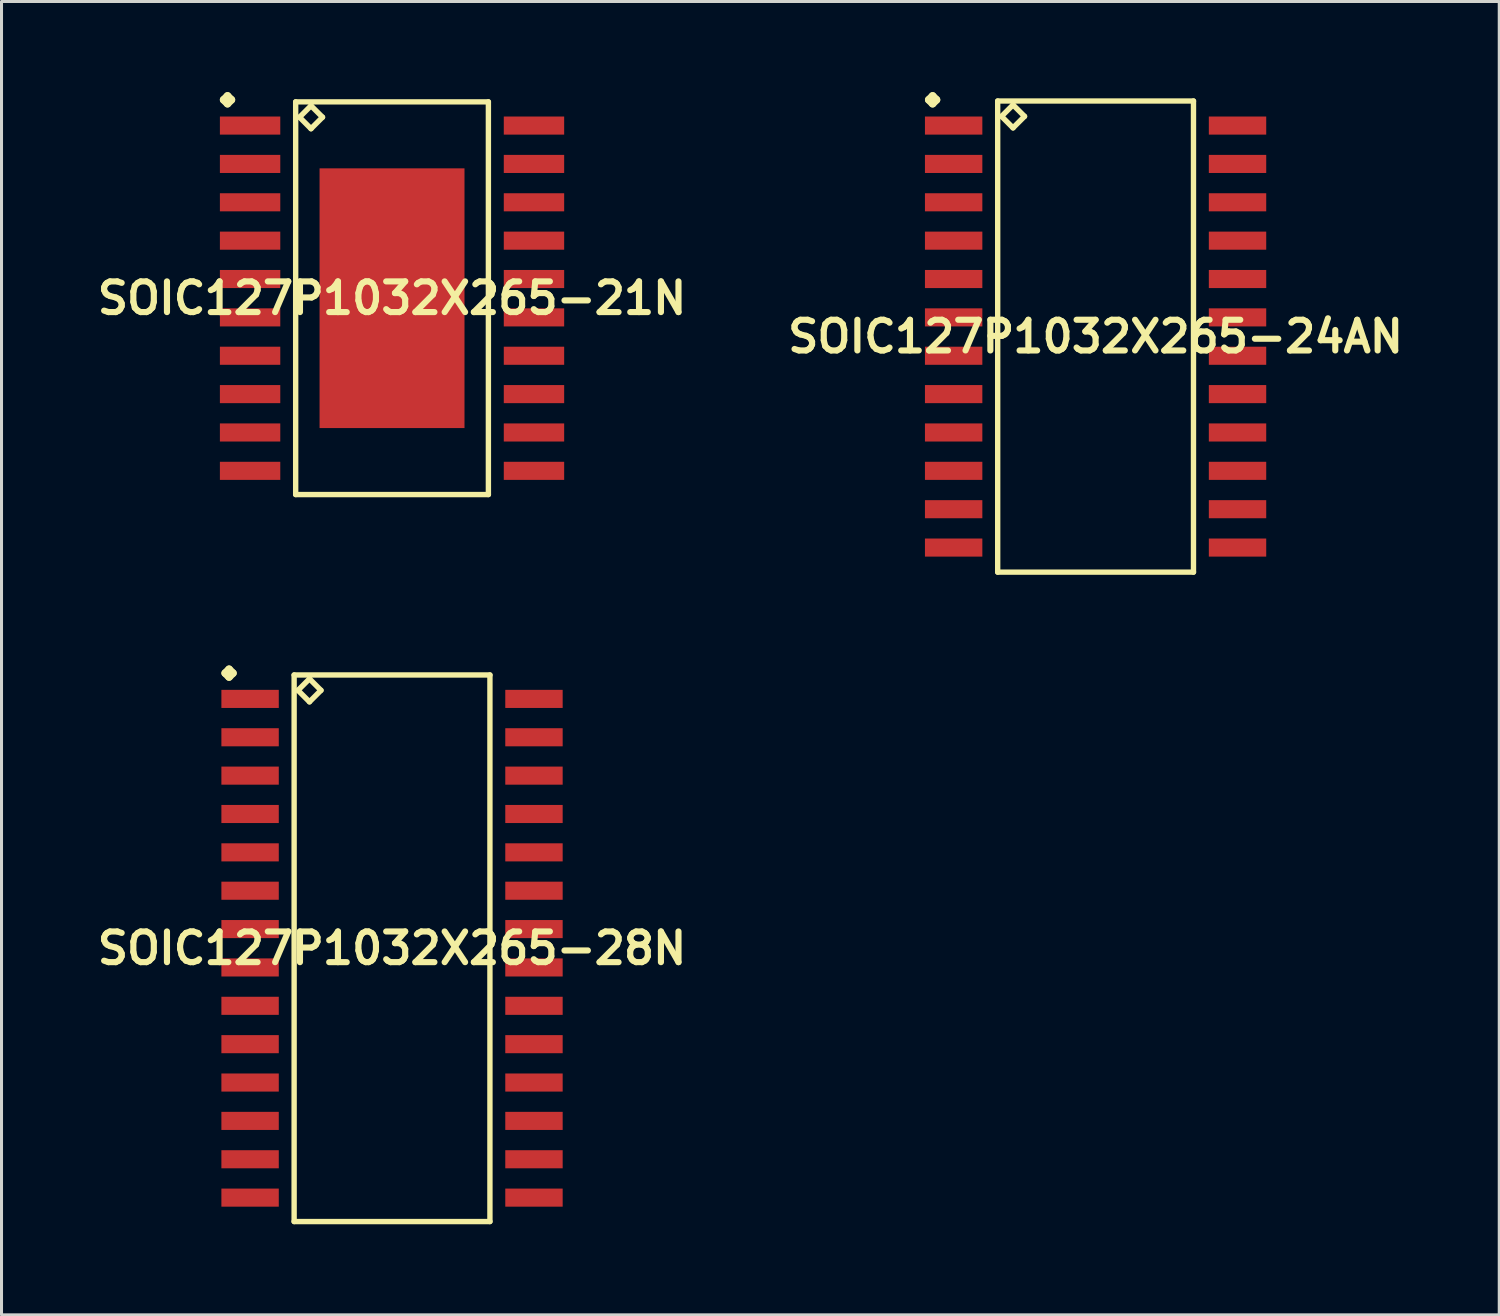
<source format=kicad_pcb>
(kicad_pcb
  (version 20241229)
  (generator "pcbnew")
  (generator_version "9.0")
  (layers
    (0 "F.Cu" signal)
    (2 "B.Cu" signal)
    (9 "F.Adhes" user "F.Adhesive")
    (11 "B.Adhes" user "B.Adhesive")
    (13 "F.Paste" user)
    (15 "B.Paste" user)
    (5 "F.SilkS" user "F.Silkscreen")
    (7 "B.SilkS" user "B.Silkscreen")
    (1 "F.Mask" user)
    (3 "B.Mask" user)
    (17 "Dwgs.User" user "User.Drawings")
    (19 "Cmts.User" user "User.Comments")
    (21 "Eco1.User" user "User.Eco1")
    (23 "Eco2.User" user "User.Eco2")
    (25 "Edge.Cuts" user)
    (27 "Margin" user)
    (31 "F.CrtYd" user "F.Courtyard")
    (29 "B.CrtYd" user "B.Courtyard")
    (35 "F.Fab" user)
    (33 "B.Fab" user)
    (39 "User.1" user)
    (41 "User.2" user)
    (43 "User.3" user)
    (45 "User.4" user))
  (footprint "SOIC127P1032X265-24AN"
    (layer "F.Cu")
    (at 33.219 8.092)
    (property "Reference" "SOIC127P1032X265-24AN" (at 0 0 0) (layer "F.SilkS") (effects (font (size 1.016 1.016) (thickness 0.203))))
    (attr smd)
    (fp_line (start -5.522 -7.838) (end -5.395 -7.965) (stroke (width 0.254) (type solid)) (layer "F.SilkS"))
    (fp_line (start -5.395 -7.965) (end -5.268 -7.838) (stroke (width 0.254) (type solid)) (layer "F.SilkS"))
    (fp_line (start -5.395 -7.711) (end -5.522 -7.838) (stroke (width 0.254) (type solid)) (layer "F.SilkS"))
    (fp_line (start -5.268 -7.838) (end -5.395 -7.711) (stroke (width 0.254) (type solid)) (layer "F.SilkS"))
    (fp_line (start -3.241 -7.798) (end -3.241 7.798) (stroke (width 0.178) (type solid)) (layer "F.SilkS"))
    (fp_line (start -3.241 7.798) (end 3.241 7.798) (stroke (width 0.178) (type solid)) (layer "F.SilkS"))
    (fp_line (start -3.114 -7.29) (end -2.733 -7.671) (stroke (width 0.178) (type solid)) (layer "F.SilkS"))
    (fp_line (start -2.733 -7.671) (end -2.352 -7.29) (stroke (width 0.178) (type solid)) (layer "F.SilkS"))
    (fp_line (start -2.733 -6.909) (end -3.114 -7.29) (stroke (width 0.178) (type solid)) (layer "F.SilkS"))
    (fp_line (start -2.352 -7.29) (end -2.733 -6.909) (stroke (width 0.178) (type solid)) (layer "F.SilkS"))
    (fp_line (start 3.241 -7.798) (end -3.241 -7.798) (stroke (width 0.178) (type solid)) (layer "F.SilkS"))
    (fp_line (start 3.241 7.798) (end 3.241 -7.798) (stroke (width 0.178) (type solid)) (layer "F.SilkS"))
    (pad "1" smd rect (at -4.699 -6.985) (size 1.9 0.599) (layers "F.Cu" "F.Mask" "F.Paste"))
    (pad "2" smd rect (at -4.699 -5.715) (size 1.9 0.599) (layers "F.Cu" "F.Mask" "F.Paste"))
    (pad "3" smd rect (at -4.699 -4.445) (size 1.9 0.599) (layers "F.Cu" "F.Mask" "F.Paste"))
    (pad "4" smd rect (at -4.699 -3.175) (size 1.9 0.599) (layers "F.Cu" "F.Mask" "F.Paste"))
    (pad "5" smd rect (at -4.699 -1.905) (size 1.9 0.599) (layers "F.Cu" "F.Mask" "F.Paste"))
    (pad "6" smd rect (at -4.699 -0.635) (size 1.9 0.599) (layers "F.Cu" "F.Mask" "F.Paste"))
    (pad "7" smd rect (at -4.699 0.635) (size 1.9 0.599) (layers "F.Cu" "F.Mask" "F.Paste"))
    (pad "8" smd rect (at -4.699 1.905) (size 1.9 0.599) (layers "F.Cu" "F.Mask" "F.Paste"))
    (pad "9" smd rect (at -4.699 3.175) (size 1.9 0.599) (layers "F.Cu" "F.Mask" "F.Paste"))
    (pad "10" smd rect (at -4.699 4.445) (size 1.9 0.599) (layers "F.Cu" "F.Mask" "F.Paste"))
    (pad "11" smd rect (at -4.699 5.715) (size 1.9 0.599) (layers "F.Cu" "F.Mask" "F.Paste"))
    (pad "12" smd rect (at -4.699 6.985) (size 1.9 0.599) (layers "F.Cu" "F.Mask" "F.Paste"))
    (pad "13" smd rect (at 4.699 6.985) (size 1.9 0.599) (layers "F.Cu" "F.Mask" "F.Paste"))
    (pad "14" smd rect (at 4.699 5.715) (size 1.9 0.599) (layers "F.Cu" "F.Mask" "F.Paste"))
    (pad "15" smd rect (at 4.699 4.445) (size 1.9 0.599) (layers "F.Cu" "F.Mask" "F.Paste"))
    (pad "16" smd rect (at 4.699 3.175) (size 1.9 0.599) (layers "F.Cu" "F.Mask" "F.Paste"))
    (pad "17" smd rect (at 4.699 1.905) (size 1.9 0.599) (layers "F.Cu" "F.Mask" "F.Paste"))
    (pad "18" smd rect (at 4.699 0.635) (size 1.9 0.599) (layers "F.Cu" "F.Mask" "F.Paste"))
    (pad "19" smd rect (at 4.699 -0.635) (size 1.9 0.599) (layers "F.Cu" "F.Mask" "F.Paste"))
    (pad "20" smd rect (at 4.699 -1.905) (size 1.9 0.599) (layers "F.Cu" "F.Mask" "F.Paste"))
    (pad "21" smd rect (at 4.699 -3.175) (size 1.9 0.599) (layers "F.Cu" "F.Mask" "F.Paste"))
    (pad "22" smd rect (at 4.699 -4.445) (size 1.9 0.599) (layers "F.Cu" "F.Mask" "F.Paste"))
    (pad "23" smd rect (at 4.699 -5.715) (size 1.9 0.599) (layers "F.Cu" "F.Mask" "F.Paste"))
    (pad "24" smd rect (at 4.699 -6.985) (size 1.9 0.599) (layers "F.Cu" "F.Mask" "F.Paste")))
  (footprint "SOIC127P1032X265-21N"
    (layer "F.Cu")
    (at 9.928 6.822)
    (property "Reference" "SOIC127P1032X265-21N" (at 0 0 0) (layer "F.SilkS") (effects (font (size 1.016 1.016) (thickness 0.203))))
    (attr smd)
    (fp_line (start -5.573 -6.568) (end -5.446 -6.695) (stroke (width 0.254) (type solid)) (layer "F.SilkS"))
    (fp_line (start -5.446 -6.695) (end -5.319 -6.568) (stroke (width 0.254) (type solid)) (layer "F.SilkS"))
    (fp_line (start -5.446 -6.441) (end -5.573 -6.568) (stroke (width 0.254) (type solid)) (layer "F.SilkS"))
    (fp_line (start -5.319 -6.568) (end -5.446 -6.441) (stroke (width 0.254) (type solid)) (layer "F.SilkS"))
    (fp_line (start -3.19 -6.5) (end -3.19 6.5) (stroke (width 0.178) (type solid)) (layer "F.SilkS"))
    (fp_line (start -3.19 6.5) (end 3.19 6.5) (stroke (width 0.178) (type solid)) (layer "F.SilkS"))
    (fp_line (start -3.063 -5.992) (end -2.682 -6.373) (stroke (width 0.178) (type solid)) (layer "F.SilkS"))
    (fp_line (start -2.682 -6.373) (end -2.301 -5.992) (stroke (width 0.178) (type solid)) (layer "F.SilkS"))
    (fp_line (start -2.682 -5.611) (end -3.063 -5.992) (stroke (width 0.178) (type solid)) (layer "F.SilkS"))
    (fp_line (start -2.301 -5.992) (end -2.682 -5.611) (stroke (width 0.178) (type solid)) (layer "F.SilkS"))
    (fp_line (start 3.19 -6.5) (end -3.19 -6.5) (stroke (width 0.178) (type solid)) (layer "F.SilkS"))
    (fp_line (start 3.19 6.5) (end 3.19 -6.5) (stroke (width 0.178) (type solid)) (layer "F.SilkS"))
    (pad "1" smd rect (at -4.699 -5.715) (size 1.999 0.599) (layers "F.Cu" "F.Mask" "F.Paste"))
    (pad "2" smd rect (at -4.699 -4.445) (size 1.999 0.599) (layers "F.Cu" "F.Mask" "F.Paste"))
    (pad "3" smd rect (at -4.699 -3.175) (size 1.999 0.599) (layers "F.Cu" "F.Mask" "F.Paste"))
    (pad "4" smd rect (at -4.699 -1.905) (size 1.999 0.599) (layers "F.Cu" "F.Mask" "F.Paste"))
    (pad "5" smd rect (at -4.699 -0.635) (size 1.999 0.599) (layers "F.Cu" "F.Mask" "F.Paste"))
    (pad "6" smd rect (at -4.699 0.635) (size 1.999 0.599) (layers "F.Cu" "F.Mask" "F.Paste"))
    (pad "7" smd rect (at -4.699 1.905) (size 1.999 0.599) (layers "F.Cu" "F.Mask" "F.Paste"))
    (pad "8" smd rect (at -4.699 3.175) (size 1.999 0.599) (layers "F.Cu" "F.Mask" "F.Paste"))
    (pad "9" smd rect (at -4.699 4.445) (size 1.999 0.599) (layers "F.Cu" "F.Mask" "F.Paste"))
    (pad "10" smd rect (at -4.699 5.715) (size 1.999 0.599) (layers "F.Cu" "F.Mask" "F.Paste"))
    (pad "11" smd rect (at 4.699 5.715) (size 1.999 0.599) (layers "F.Cu" "F.Mask" "F.Paste"))
    (pad "12" smd rect (at 4.699 4.445) (size 1.999 0.599) (layers "F.Cu" "F.Mask" "F.Paste"))
    (pad "13" smd rect (at 4.699 3.175) (size 1.999 0.599) (layers "F.Cu" "F.Mask" "F.Paste"))
    (pad "14" smd rect (at 4.699 1.905) (size 1.999 0.599) (layers "F.Cu" "F.Mask" "F.Paste"))
    (pad "15" smd rect (at 4.699 0.635) (size 1.999 0.599) (layers "F.Cu" "F.Mask" "F.Paste"))
    (pad "16" smd rect (at 4.699 -0.635) (size 1.999 0.599) (layers "F.Cu" "F.Mask" "F.Paste"))
    (pad "17" smd rect (at 4.699 -1.905) (size 1.999 0.599) (layers "F.Cu" "F.Mask" "F.Paste"))
    (pad "18" smd rect (at 4.699 -3.175) (size 1.999 0.599) (layers "F.Cu" "F.Mask" "F.Paste"))
    (pad "19" smd rect (at 4.699 -4.445) (size 1.999 0.599) (layers "F.Cu" "F.Mask" "F.Paste"))
    (pad "20" smd rect (at 4.699 -5.715) (size 1.999 0.599) (layers "F.Cu" "F.Mask" "F.Paste"))
    (pad "21" smd rect (at 0 0) (size 4.798 8.598) (layers "F.Cu" "F.Mask" "F.Paste")))
  (footprint "SOIC127P1032X265-28N"
    (layer "F.Cu")
    (at 9.928 28.342)
    (property "Reference" "SOIC127P1032X265-28N" (at 0 0 0) (layer "F.SilkS") (effects (font (size 1.016 1.016) (thickness 0.203))))
    (attr smd)
    (fp_line (start -5.522 -9.108) (end -5.395 -9.235) (stroke (width 0.254) (type solid)) (layer "F.SilkS"))
    (fp_line (start -5.395 -9.235) (end -5.268 -9.108) (stroke (width 0.254) (type solid)) (layer "F.SilkS"))
    (fp_line (start -5.395 -8.981) (end -5.522 -9.108) (stroke (width 0.254) (type solid)) (layer "F.SilkS"))
    (fp_line (start -5.268 -9.108) (end -5.395 -8.981) (stroke (width 0.254) (type solid)) (layer "F.SilkS"))
    (fp_line (start -3.241 -9.047) (end -3.241 9.047) (stroke (width 0.178) (type solid)) (layer "F.SilkS"))
    (fp_line (start -3.241 9.047) (end 3.241 9.047) (stroke (width 0.178) (type solid)) (layer "F.SilkS"))
    (fp_line (start -3.114 -8.539) (end -2.733 -8.92) (stroke (width 0.178) (type solid)) (layer "F.SilkS"))
    (fp_line (start -2.733 -8.92) (end -2.352 -8.539) (stroke (width 0.178) (type solid)) (layer "F.SilkS"))
    (fp_line (start -2.733 -8.158) (end -3.114 -8.539) (stroke (width 0.178) (type solid)) (layer "F.SilkS"))
    (fp_line (start -2.352 -8.539) (end -2.733 -8.158) (stroke (width 0.178) (type solid)) (layer "F.SilkS"))
    (fp_line (start 3.241 -9.047) (end -3.241 -9.047) (stroke (width 0.178) (type solid)) (layer "F.SilkS"))
    (fp_line (start 3.241 9.047) (end 3.241 -9.047) (stroke (width 0.178) (type solid)) (layer "F.SilkS"))
    (pad "1" smd rect (at -4.699 -8.255) (size 1.9 0.599) (layers "F.Cu" "F.Mask" "F.Paste"))
    (pad "2" smd rect (at -4.699 -6.985) (size 1.9 0.599) (layers "F.Cu" "F.Mask" "F.Paste"))
    (pad "3" smd rect (at -4.699 -5.715) (size 1.9 0.599) (layers "F.Cu" "F.Mask" "F.Paste"))
    (pad "4" smd rect (at -4.699 -4.445) (size 1.9 0.599) (layers "F.Cu" "F.Mask" "F.Paste"))
    (pad "5" smd rect (at -4.699 -3.175) (size 1.9 0.599) (layers "F.Cu" "F.Mask" "F.Paste"))
    (pad "6" smd rect (at -4.699 -1.905) (size 1.9 0.599) (layers "F.Cu" "F.Mask" "F.Paste"))
    (pad "7" smd rect (at -4.699 -0.635) (size 1.9 0.599) (layers "F.Cu" "F.Mask" "F.Paste"))
    (pad "8" smd rect (at -4.699 0.635) (size 1.9 0.599) (layers "F.Cu" "F.Mask" "F.Paste"))
    (pad "9" smd rect (at -4.699 1.905) (size 1.9 0.599) (layers "F.Cu" "F.Mask" "F.Paste"))
    (pad "10" smd rect (at -4.699 3.175) (size 1.9 0.599) (layers "F.Cu" "F.Mask" "F.Paste"))
    (pad "11" smd rect (at -4.699 4.445) (size 1.9 0.599) (layers "F.Cu" "F.Mask" "F.Paste"))
    (pad "12" smd rect (at -4.699 5.715) (size 1.9 0.599) (layers "F.Cu" "F.Mask" "F.Paste"))
    (pad "13" smd rect (at -4.699 6.985) (size 1.9 0.599) (layers "F.Cu" "F.Mask" "F.Paste"))
    (pad "14" smd rect (at -4.699 8.255) (size 1.9 0.599) (layers "F.Cu" "F.Mask" "F.Paste"))
    (pad "15" smd rect (at 4.699 8.255) (size 1.9 0.599) (layers "F.Cu" "F.Mask" "F.Paste"))
    (pad "16" smd rect (at 4.699 6.985) (size 1.9 0.599) (layers "F.Cu" "F.Mask" "F.Paste"))
    (pad "17" smd rect (at 4.699 5.715) (size 1.9 0.599) (layers "F.Cu" "F.Mask" "F.Paste"))
    (pad "18" smd rect (at 4.699 4.445) (size 1.9 0.599) (layers "F.Cu" "F.Mask" "F.Paste"))
    (pad "19" smd rect (at 4.699 3.175) (size 1.9 0.599) (layers "F.Cu" "F.Mask" "F.Paste"))
    (pad "20" smd rect (at 4.699 1.905) (size 1.9 0.599) (layers "F.Cu" "F.Mask" "F.Paste"))
    (pad "21" smd rect (at 4.699 0.635) (size 1.9 0.599) (layers "F.Cu" "F.Mask" "F.Paste"))
    (pad "22" smd rect (at 4.699 -0.635) (size 1.9 0.599) (layers "F.Cu" "F.Mask" "F.Paste"))
    (pad "23" smd rect (at 4.699 -1.905) (size 1.9 0.599) (layers "F.Cu" "F.Mask" "F.Paste"))
    (pad "24" smd rect (at 4.699 -3.175) (size 1.9 0.599) (layers "F.Cu" "F.Mask" "F.Paste"))
    (pad "25" smd rect (at 4.699 -4.445) (size 1.9 0.599) (layers "F.Cu" "F.Mask" "F.Paste"))
    (pad "26" smd rect (at 4.699 -5.715) (size 1.9 0.599) (layers "F.Cu" "F.Mask" "F.Paste"))
    (pad "27" smd rect (at 4.699 -6.985) (size 1.9 0.599) (layers "F.Cu" "F.Mask" "F.Paste"))
    (pad "28" smd rect (at 4.699 -8.255) (size 1.9 0.599) (layers "F.Cu" "F.Mask" "F.Paste")))
  (gr_rect
    (start -3 -3)
    (end 46.582 40.478)
    (stroke (width 0.1) (type default))
    (fill no)
    (layer "Edge.Cuts")))
</source>
